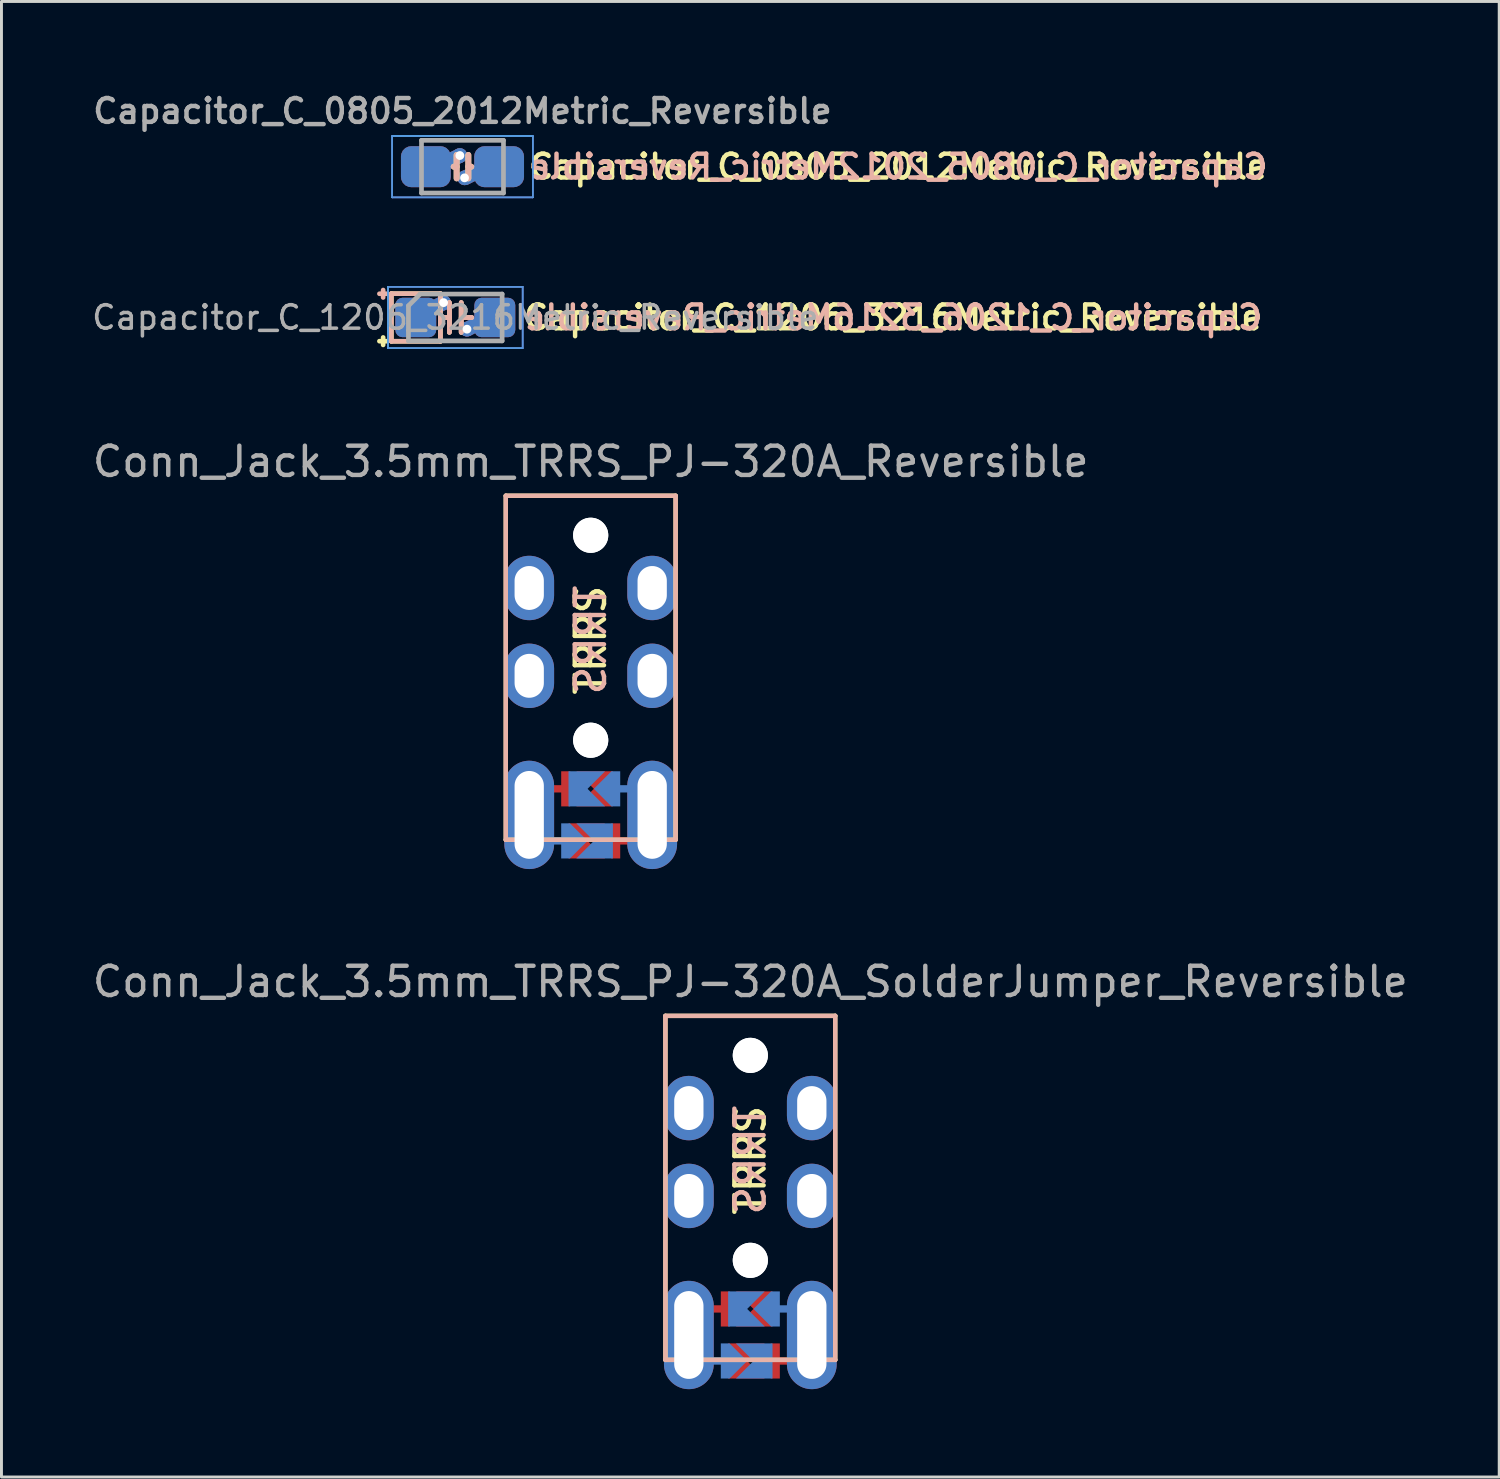
<source format=kicad_pcb>
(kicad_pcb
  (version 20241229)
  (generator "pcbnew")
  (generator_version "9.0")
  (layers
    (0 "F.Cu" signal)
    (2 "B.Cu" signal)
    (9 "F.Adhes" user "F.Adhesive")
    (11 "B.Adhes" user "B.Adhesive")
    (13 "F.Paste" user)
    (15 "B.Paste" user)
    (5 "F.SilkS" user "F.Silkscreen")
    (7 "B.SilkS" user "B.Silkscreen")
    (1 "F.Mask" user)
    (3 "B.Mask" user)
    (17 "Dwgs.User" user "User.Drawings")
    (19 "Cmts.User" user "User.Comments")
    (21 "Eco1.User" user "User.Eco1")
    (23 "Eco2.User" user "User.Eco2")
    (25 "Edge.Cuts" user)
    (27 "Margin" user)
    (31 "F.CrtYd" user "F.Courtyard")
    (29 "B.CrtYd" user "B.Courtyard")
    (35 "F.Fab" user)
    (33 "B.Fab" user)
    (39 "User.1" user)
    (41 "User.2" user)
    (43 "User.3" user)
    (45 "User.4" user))
  (footprint "Capacitor_C_0805_2012Metric_Reversible"
    (layer "F.Cu")
    (at 12.746 2.643)
    (property "Reference" "Capacitor_C_0805_2012Metric_Reversible" (at 2.182 0 0) (layer "F.SilkS") (effects (font (size 0.813 0.813) (thickness 0.152)) (justify left)))
    (attr smd)
    (fp_line (start -0.3 0) (end -0.2 0) (stroke (width 0.2) (type solid)) (layer "F.SilkS"))
    (fp_line (start -0.2 -0.4) (end -0.2 0.4) (stroke (width 0.2) (type solid)) (layer "F.SilkS"))
    (fp_line (start 0.2 -0.4) (end 0.2 0.4) (stroke (width 0.2) (type solid)) (layer "F.SilkS"))
    (fp_line (start 0.2 0) (end 0.3 0) (stroke (width 0.2) (type solid)) (layer "F.SilkS"))
    (fp_line (start -0.3 0) (end -0.2 0) (stroke (width 0.2) (type solid)) (layer "B.SilkS"))
    (fp_line (start -0.2 0.4) (end -0.2 -0.4) (stroke (width 0.2) (type solid)) (layer "B.SilkS"))
    (fp_line (start 0.2 0) (end 0.3 0) (stroke (width 0.2) (type solid)) (layer "B.SilkS"))
    (fp_line (start 0.2 0.4) (end 0.2 -0.4) (stroke (width 0.2) (type solid)) (layer "B.SilkS"))
    (fp_line (start -2.4 -1.05) (end -2.4 1.05) (stroke (width 0.05) (type solid)) (layer "Cmts.User"))
    (fp_line (start -2.4 -1.05) (end 2.4 -1.05) (stroke (width 0.05) (type solid)) (layer "Cmts.User"))
    (fp_line (start 2.4 -1.05) (end 2.4 1.05) (stroke (width 0.05) (type solid)) (layer "Cmts.User"))
    (fp_line (start 2.4 1.05) (end -2.4 1.05) (stroke (width 0.05) (type solid)) (layer "Cmts.User"))
    (fp_line (start -2.4 -1.05) (end -2.4 1.05) (stroke (width 0.05) (type solid)) (layer "B.CrtYd"))
    (fp_line (start -2.4 -1.05) (end 2.4 -1.05) (stroke (width 0.05) (type solid)) (layer "B.CrtYd"))
    (fp_line (start 2.4 -1.05) (end 2.4 1.05) (stroke (width 0.05) (type solid)) (layer "B.CrtYd"))
    (fp_line (start 2.4 1.05) (end -2.4 1.05) (stroke (width 0.05) (type solid)) (layer "B.CrtYd"))
    (fp_line (start -2.4 -1.05) (end -2.4 1.05) (stroke (width 0.05) (type solid)) (layer "F.CrtYd"))
    (fp_line (start -2.4 -1.05) (end 2.4 -1.05) (stroke (width 0.05) (type solid)) (layer "F.CrtYd"))
    (fp_line (start 2.4 -1.05) (end 2.4 1.05) (stroke (width 0.05) (type solid)) (layer "F.CrtYd"))
    (fp_line (start 2.4 1.05) (end -2.4 1.05) (stroke (width 0.05) (type solid)) (layer "F.CrtYd"))
    (fp_line (start -1.4 -0.9) (end 1.4 -0.9) (stroke (width 0.16) (type solid)) (layer "F.Fab"))
    (fp_line (start -1.4 0.9) (end -1.4 -0.9) (stroke (width 0.16) (type solid)) (layer "F.Fab"))
    (fp_line (start 1.4 -0.9) (end 1.4 0.9) (stroke (width 0.16) (type solid)) (layer "F.Fab"))
    (fp_line (start 1.4 0.9) (end -1.4 0.9) (stroke (width 0.16) (type solid)) (layer "F.Fab"))
    (fp_text user "${REFERENCE}" (at 2.182 0 0) (layer "B.SilkS") (effects (font (size 0.813 0.813) (thickness 0.152)) (justify right mirror)))
    (fp_text user "${REFERENCE}" (at 0 -1.9 0) (layer "F.Fab") (effects (font (size 0.813 0.813) (thickness 0.152))))
    (pad "1" smd roundrect (at -1.251 0) (size 1.701 1.4) (layers "F.Cu" "F.Mask" "F.Paste") (roundrect_rratio 0.25))
    (pad "1" smd roundrect (at -1.251 0) (size 1.701 1.4) (layers "B.Cu" "B.Mask" "B.Paste") (roundrect_rratio 0.25))
    (pad "1" smd custom (at -0.851 0) (size 0.01 0.01) (layers "F.Cu") (options (anchor circle)) (primitives (gr_line (start 0.762 -0.381) (end 0 0) (width 0.5))))
    (pad "1" smd custom (at -0.851 0) (size 0.01 0.01) (layers "B.Cu") (options (anchor circle)) (primitives (gr_line (start 0.762 -0.381) (end 0 0) (width 0.5))))
    (pad "1" thru_hole circle (at -0.089 -0.381) (size 0.5 0.5) (drill 0.3) (layers "*.Cu"))
    (pad "2" thru_hole circle (at 0.07 0.381) (size 0.5 0.5) (drill 0.3) (layers "*.Cu"))
    (pad "2" smd custom (at 0.851 0) (size 0.01 0.01) (layers "F.Cu") (options (anchor circle)) (primitives (gr_line (start -0.761 0.381) (end 0.001 0) (width 0.5))))
    (pad "2" smd custom (at 0.851 0) (size 0.01 0.01) (layers "B.Cu") (options (anchor circle)) (primitives (gr_line (start -0.761 0.381) (end 0.001 0) (width 0.5))))
    (pad "2" smd roundrect (at 1.251 0) (size 1.701 1.4) (layers "F.Cu" "F.Mask" "F.Paste") (roundrect_rratio 0.25))
    (pad "2" smd roundrect (at 1.251 0) (size 1.701 1.4) (layers "B.Cu" "B.Mask" "B.Paste") (roundrect_rratio 0.25)))
  (footprint "Conn_Jack_3.5mm_TRRS_PJ-320A_SolderJumper_Reversible"
    (layer "F.Cu")
    (at 22.577 31.496)
    (property "Reference" "Conn_Jack_3.5mm_TRRS_PJ-320A_SolderJumper_Reversible" (at 0 -1.016 0) (layer "F.Fab") (effects (font (size 1 1) (thickness 0.15))))
    (attr through_hole)
    (fp_line (start -2.9 0.15) (end 2.9 0.15) (stroke (width 0.15) (type solid)) (layer "F.SilkS"))
    (fp_line (start -2.9 11.9) (end -2.9 0.15) (stroke (width 0.15) (type solid)) (layer "F.SilkS"))
    (fp_line (start 2.9 0.15) (end 2.9 11.9) (stroke (width 0.15) (type solid)) (layer "F.SilkS"))
    (fp_line (start 2.9 11.9) (end -2.9 11.9) (stroke (width 0.15) (type solid)) (layer "F.SilkS"))
    (fp_line (start -2.9 0.15) (end -2.9 11.9) (stroke (width 0.15) (type solid)) (layer "B.SilkS"))
    (fp_line (start -2.9 11.9) (end 2.9 11.9) (stroke (width 0.15) (type solid)) (layer "B.SilkS"))
    (fp_line (start 2.9 0.15) (end -2.9 0.15) (stroke (width 0.15) (type solid)) (layer "B.SilkS"))
    (fp_line (start 2.9 11.9) (end 2.9 0.15) (stroke (width 0.15) (type solid)) (layer "B.SilkS"))
    (fp_text user "TRRS" (at 0 5.08 90) (layer "F.SilkS") (effects (font (size 1 1) (thickness 0.15))))
    (fp_text user "TRRS" (at 0 5.08 90) (layer "B.SilkS") (effects (font (size 1 1) (thickness 0.15)) (justify mirror)))
    (pad "" thru_hole oval (at -2.1 11.05 180) (size 1.7 3.7) (drill oval 1 3) (layers "*.Cu" "*.Mask"))
    (pad "" smd custom (at -1.016 10.16 90) (size 0.25 1) (layers "F.Cu") (options (anchor rect)) (primitives))
    (pad "" smd custom (at -1.016 11.938 90) (size 0.25 1) (layers "B.Cu") (options (anchor rect)) (primitives))
    (pad "" smd custom (at -0.508 10.16 90) (size 0.1 0.1) (layers "F.Cu" "F.Mask") (options (anchor rect)) (primitives (gr_poly (pts (xy 0.6 -0.2) (xy 0 0.4) (xy -0.6 -0.2) (xy -0.6 -0.5) (xy 0.6 -0.5)) (width 0) (fill yes))))
    (pad "" smd custom (at -0.508 11.938 90) (size 0.1 0.1) (layers "B.Cu" "B.Mask") (options (anchor rect)) (primitives (gr_poly (pts (xy 0.6 -0.2) (xy 0 0.4) (xy -0.6 -0.2) (xy -0.6 -0.5) (xy 0.6 -0.5)) (width 0) (fill yes))))
    (pad "" np_thru_hole circle (at 0 1.5) (size 1.2 1.2) (drill 1.2) (layers "*.Cu" "*.Mask"))
    (pad "" np_thru_hole circle (at 0 1.5 180) (size 1.2 1.2) (drill 1.2) (layers "*.Cu" "*.Mask"))
    (pad "" np_thru_hole circle (at 0 8.5) (size 1.2 1.2) (drill 1.2) (layers "*.Cu" "*.Mask"))
    (pad "" np_thru_hole circle (at 0 8.5 180) (size 1.2 1.2) (drill 1.2) (layers "*.Cu" "*.Mask"))
    (pad "" smd custom (at 0.508 10.16 270) (size 0.1 0.1) (layers "B.Cu" "B.Mask") (options (anchor rect)) (primitives (gr_poly (pts (xy 0.6 -0.2) (xy 0 0.4) (xy -0.6 -0.2) (xy -0.6 -0.5) (xy 0.6 -0.5)) (width 0) (fill yes))))
    (pad "" smd custom (at 0.508 11.938 270) (size 0.1 0.1) (layers "F.Cu" "F.Mask") (options (anchor rect)) (primitives (gr_poly (pts (xy 0.6 -0.2) (xy 0 0.4) (xy -0.6 -0.2) (xy -0.6 -0.5) (xy 0.6 -0.5)) (width 0) (fill yes))))
    (pad "" smd custom (at 1.016 10.16 90) (size 0.25 1) (layers "B.Cu") (options (anchor rect)) (primitives))
    (pad "" smd custom (at 1.016 11.938 90) (size 0.25 1) (layers "F.Cu") (options (anchor rect)) (primitives))
    (pad "" thru_hole oval (at 2.1 11.05 180) (size 1.7 3.7) (drill oval 1 3) (layers "*.Cu" "*.Mask"))
    (pad "R1" thru_hole oval (at -2.1 6.3 180) (size 1.7 2.2) (drill oval 1 1.5) (layers "*.Cu" "F.Mask"))
    (pad "R1" thru_hole oval (at 2.1 6.3) (size 1.7 2.2) (drill oval 1 1.5) (layers "*.Cu" "B.Mask"))
    (pad "R2" thru_hole oval (at -2.1 3.3 180) (size 1.7 2.2) (drill oval 1 1.5) (layers "*.Cu" "F.Mask"))
    (pad "R2" thru_hole oval (at 2.1 3.3) (size 1.7 2.2) (drill oval 1 1.5) (layers "*.Cu" "B.Mask"))
    (pad "S" smd custom (at -0.508 11.938 270) (size 1.2 0.5) (layers "F.Cu" "F.Mask") (options (anchor rect)) (primitives (gr_poly (pts (xy 0.6 0) (xy -0.6 0) (xy -0.6 -1) (xy 0 -0.4) (xy 0.6 -1)) (width 0) (fill yes))))
    (pad "S" smd custom (at 0.508 11.938 90) (size 1.2 0.5) (layers "B.Cu" "B.Mask") (options (anchor rect)) (primitives (gr_poly (pts (xy 0.6 0) (xy -0.6 0) (xy -0.6 -1) (xy 0 -0.4) (xy 0.6 -1)) (width 0) (fill yes))))
    (pad "T" smd custom (at -0.508 10.16 270) (size 1.2 0.5) (layers "B.Cu" "B.Mask") (options (anchor rect)) (primitives (gr_poly (pts (xy 0.6 0) (xy -0.6 0) (xy -0.6 -1) (xy 0 -0.4) (xy 0.6 -1)) (width 0) (fill yes))))
    (pad "T" smd custom (at 0.508 10.16 90) (size 1.2 0.5) (layers "F.Cu" "F.Mask") (options (anchor rect)) (primitives (gr_poly (pts (xy 0.6 0) (xy -0.6 0) (xy -0.6 -1) (xy 0 -0.4) (xy 0.6 -1)) (width 0) (fill yes)))))
  (footprint "Conn_Jack_3.5mm_TRRS_PJ-320A_Reversible"
    (layer "F.Cu")
    (at 17.125 13.732)
    (property "Reference" "Conn_Jack_3.5mm_TRRS_PJ-320A_Reversible" (at 0 -1.016 0) (layer "F.Fab") (effects (font (size 1 1) (thickness 0.15))))
    (attr through_hole)
    (fp_line (start -2.9 0.15) (end 2.9 0.15) (stroke (width 0.15) (type solid)) (layer "F.SilkS"))
    (fp_line (start -2.9 11.9) (end -2.9 0.15) (stroke (width 0.15) (type solid)) (layer "F.SilkS"))
    (fp_line (start 2.9 0.15) (end 2.9 11.9) (stroke (width 0.15) (type solid)) (layer "F.SilkS"))
    (fp_line (start 2.9 11.9) (end -2.9 11.9) (stroke (width 0.15) (type solid)) (layer "F.SilkS"))
    (fp_line (start -2.9 0.15) (end -2.9 11.9) (stroke (width 0.15) (type solid)) (layer "B.SilkS"))
    (fp_line (start -2.9 11.9) (end 2.9 11.9) (stroke (width 0.15) (type solid)) (layer "B.SilkS"))
    (fp_line (start 2.9 0.15) (end -2.9 0.15) (stroke (width 0.15) (type solid)) (layer "B.SilkS"))
    (fp_line (start 2.9 11.9) (end 2.9 0.15) (stroke (width 0.15) (type solid)) (layer "B.SilkS"))
    (fp_text user "TRRS" (at 0 5.08 90) (layer "F.SilkS") (effects (font (size 1 1) (thickness 0.15))))
    (fp_text user "TRRS" (at 0 5.08 90) (layer "B.SilkS") (effects (font (size 1 1) (thickness 0.15)) (justify mirror)))
    (pad "" thru_hole oval (at -2.1 11.05 180) (size 1.7 3.7) (drill oval 1 3) (layers "*.Cu" "*.Mask"))
    (pad "" smd custom (at -1.016 10.16 90) (size 0.25 1) (layers "F.Cu") (options (anchor rect)) (primitives))
    (pad "" smd custom (at -1.016 11.938 90) (size 0.25 1) (layers "B.Cu") (options (anchor rect)) (primitives))
    (pad "" smd custom (at -0.508 10.16 90) (size 0.1 0.1) (layers "F.Cu" "F.Mask") (options (anchor rect)) (primitives (gr_poly (pts (xy 0.6 -0.2) (xy 0 0.4) (xy -0.6 -0.2) (xy -0.6 -0.5) (xy 0.6 -0.5)) (width 0) (fill yes))))
    (pad "" smd custom (at -0.508 11.938 90) (size 0.1 0.1) (layers "B.Cu" "B.Mask") (options (anchor rect)) (primitives (gr_poly (pts (xy 0.6 -0.2) (xy 0 0.4) (xy -0.6 -0.2) (xy -0.6 -0.5) (xy 0.6 -0.5)) (width 0) (fill yes))))
    (pad "" np_thru_hole circle (at 0 1.5) (size 1.2 1.2) (drill 1.2) (layers "*.Cu" "*.Mask"))
    (pad "" np_thru_hole circle (at 0 1.5 180) (size 1.2 1.2) (drill 1.2) (layers "*.Cu" "*.Mask"))
    (pad "" np_thru_hole circle (at 0 8.5 180) (size 1.2 1.2) (drill 1.2) (layers "*.Cu" "*.Mask"))
    (pad "" np_thru_hole circle (at 0 8.5) (size 1.2 1.2) (drill 1.2) (layers "*.Cu" "*.Mask"))
    (pad "" smd custom (at 0.508 10.16 270) (size 0.1 0.1) (layers "B.Cu" "B.Mask") (options (anchor rect)) (primitives (gr_poly (pts (xy 0.6 -0.2) (xy 0 0.4) (xy -0.6 -0.2) (xy -0.6 -0.5) (xy 0.6 -0.5)) (width 0) (fill yes))))
    (pad "" smd custom (at 0.508 11.938 270) (size 0.1 0.1) (layers "F.Cu" "F.Mask") (options (anchor rect)) (primitives (gr_poly (pts (xy 0.6 -0.2) (xy 0 0.4) (xy -0.6 -0.2) (xy -0.6 -0.5) (xy 0.6 -0.5)) (width 0) (fill yes))))
    (pad "" smd custom (at 1.016 10.16 90) (size 0.25 1) (layers "B.Cu") (options (anchor rect)) (primitives))
    (pad "" smd custom (at 1.016 11.938 90) (size 0.25 1) (layers "F.Cu") (options (anchor rect)) (primitives))
    (pad "" thru_hole oval (at 2.1 11.05 180) (size 1.7 3.7) (drill oval 1 3) (layers "*.Cu" "*.Mask"))
    (pad "A" smd custom (at -0.508 11.938 270) (size 1.2 0.5) (layers "F.Cu" "F.Mask") (options (anchor rect)) (primitives (gr_poly (pts (xy 0.6 0) (xy -0.6 0) (xy -0.6 -1) (xy 0 -0.4) (xy 0.6 -1)) (width 0) (fill yes))))
    (pad "A" smd custom (at 0.508 11.938 90) (size 1.2 0.5) (layers "B.Cu" "B.Mask") (options (anchor rect)) (primitives (gr_poly (pts (xy 0.6 0) (xy -0.6 0) (xy -0.6 -1) (xy 0 -0.4) (xy 0.6 -1)) (width 0) (fill yes))))
    (pad "B" thru_hole oval (at -2.1 3.3 180) (size 1.7 2.2) (drill oval 1 1.5) (layers "*.Cu" "F.Mask"))
    (pad "B" thru_hole oval (at 2.1 3.3) (size 1.7 2.2) (drill oval 1 1.5) (layers "*.Cu" "B.Mask"))
    (pad "C" thru_hole oval (at -2.1 6.3 180) (size 1.7 2.2) (drill oval 1 1.5) (layers "*.Cu" "F.Mask"))
    (pad "C" thru_hole oval (at 2.1 6.3) (size 1.7 2.2) (drill oval 1 1.5) (layers "*.Cu" "B.Mask"))
    (pad "D" smd custom (at -0.508 10.16 270) (size 1.2 0.5) (layers "B.Cu" "B.Mask") (options (anchor rect)) (primitives (gr_poly (pts (xy 0.6 0) (xy -0.6 0) (xy -0.6 -1) (xy 0 -0.4) (xy 0.6 -1)) (width 0) (fill yes))))
    (pad "D" smd custom (at 0.508 10.16 90) (size 1.2 0.5) (layers "F.Cu" "F.Mask") (options (anchor rect)) (primitives (gr_poly (pts (xy 0.6 0) (xy -0.6 0) (xy -0.6 -1) (xy 0 -0.4) (xy 0.6 -1)) (width 0) (fill yes)))))
  (footprint "Capacitor_C_1206_3216Metric_Reversible"
    (layer "F.Cu")
    (at 12.5 7.793)
    (property "Reference" "Capacitor_C_1206_3216Metric_Reversible" (at 2.25 0 0) (layer "F.SilkS") (effects (font (size 0.813 0.813) (thickness 0.152)) (justify left)))
    (attr smd)
    (fp_line (start -2.464 0.683) (end -2.464 0.937) (stroke (width 0.16) (type solid)) (layer "F.SilkS"))
    (fp_line (start -2.337 0.81) (end -2.591 0.81) (stroke (width 0.16) (type solid)) (layer "F.SilkS"))
    (fp_line (start -2.184 -0.813) (end -2.184 0.813) (stroke (width 0.16) (type solid)) (layer "F.SilkS"))
    (fp_line (start -2.184 0.813) (end -0.508 0.813) (stroke (width 0.16) (type solid)) (layer "F.SilkS"))
    (fp_line (start -0.508 -0.813) (end -2.184 -0.813) (stroke (width 0.16) (type solid)) (layer "F.SilkS"))
    (fp_line (start -0.508 0.813) (end -0.508 -0.813) (stroke (width 0.16) (type solid)) (layer "F.SilkS"))
    (fp_line (start -0.203 0) (end -0.508 0) (stroke (width 0.16) (type solid)) (layer "F.SilkS"))
    (fp_line (start -0.202 -0.508) (end -0.202 0.508) (stroke (width 0.16) (type solid)) (layer "F.SilkS"))
    (fp_line (start 0.202 -0.508) (end 0.202 0.508) (stroke (width 0.16) (type solid)) (layer "F.SilkS"))
    (fp_line (start 0.56 0) (end 0.203 0) (stroke (width 0.16) (type solid)) (layer "F.SilkS"))
    (fp_line (start -2.464 -0.683) (end -2.464 -0.937) (stroke (width 0.16) (type solid)) (layer "B.SilkS"))
    (fp_line (start -2.337 -0.81) (end -2.591 -0.81) (stroke (width 0.16) (type solid)) (layer "B.SilkS"))
    (fp_line (start -2.184 -0.813) (end -0.508 -0.813) (stroke (width 0.16) (type solid)) (layer "B.SilkS"))
    (fp_line (start -2.184 0.813) (end -2.184 -0.813) (stroke (width 0.16) (type solid)) (layer "B.SilkS"))
    (fp_line (start -0.508 -0.813) (end -0.508 0.813) (stroke (width 0.16) (type solid)) (layer "B.SilkS"))
    (fp_line (start -0.508 0.813) (end -2.184 0.813) (stroke (width 0.16) (type solid)) (layer "B.SilkS"))
    (fp_line (start -0.203 0) (end -0.508 0) (stroke (width 0.16) (type solid)) (layer "B.SilkS"))
    (fp_line (start -0.203 0) (end -0.508 0) (stroke (width 0.16) (type solid)) (layer "B.SilkS"))
    (fp_line (start -0.202 -0.508) (end -0.202 0.508) (stroke (width 0.16) (type solid)) (layer "B.SilkS"))
    (fp_line (start -0.202 0.508) (end -0.202 -0.508) (stroke (width 0.16) (type solid)) (layer "B.SilkS"))
    (fp_line (start 0.202 -0.508) (end 0.202 0.508) (stroke (width 0.16) (type solid)) (layer "B.SilkS"))
    (fp_line (start 0.202 0.508) (end 0.202 -0.508) (stroke (width 0.16) (type solid)) (layer "B.SilkS"))
    (fp_line (start 0.56 0) (end 0.203 0) (stroke (width 0.16) (type solid)) (layer "B.SilkS"))
    (fp_line (start 0.56 0) (end 0.203 0) (stroke (width 0.16) (type solid)) (layer "B.SilkS"))
    (fp_line (start -2.3 -1.05) (end 2.3 -1.05) (stroke (width 0.05) (type solid)) (layer "Cmts.User"))
    (fp_line (start -2.3 1.05) (end -2.3 -1.05) (stroke (width 0.05) (type solid)) (layer "Cmts.User"))
    (fp_line (start 2.3 -1.05) (end 2.3 1.05) (stroke (width 0.05) (type solid)) (layer "Cmts.User"))
    (fp_line (start 2.3 1.05) (end -2.3 1.05) (stroke (width 0.05) (type solid)) (layer "Cmts.User"))
    (fp_line (start -2.3 -1.05) (end 2.3 -1.05) (stroke (width 0.05) (type solid)) (layer "B.CrtYd"))
    (fp_line (start -2.3 1.05) (end -2.3 -1.05) (stroke (width 0.05) (type solid)) (layer "B.CrtYd"))
    (fp_line (start 2.3 -1.05) (end 2.3 1.05) (stroke (width 0.05) (type solid)) (layer "B.CrtYd"))
    (fp_line (start 2.3 1.05) (end -2.3 1.05) (stroke (width 0.05) (type solid)) (layer "B.CrtYd"))
    (fp_line (start -2.3 -1.05) (end 2.3 -1.05) (stroke (width 0.05) (type solid)) (layer "F.CrtYd"))
    (fp_line (start -2.3 1.05) (end -2.3 -1.05) (stroke (width 0.05) (type solid)) (layer "F.CrtYd"))
    (fp_line (start 2.3 -1.05) (end 2.3 1.05) (stroke (width 0.05) (type solid)) (layer "F.CrtYd"))
    (fp_line (start 2.3 1.05) (end -2.3 1.05) (stroke (width 0.05) (type solid)) (layer "F.CrtYd"))
    (fp_line (start -1.6 -0.4) (end -1.6 0.8) (stroke (width 0.16) (type solid)) (layer "F.Fab"))
    (fp_line (start -1.6 0.8) (end 1.6 0.8) (stroke (width 0.16) (type solid)) (layer "F.Fab"))
    (fp_line (start -1.2 -0.8) (end -1.6 -0.4) (stroke (width 0.16) (type solid)) (layer "F.Fab"))
    (fp_line (start 1.6 -0.8) (end -1.2 -0.8) (stroke (width 0.16) (type solid)) (layer "F.Fab"))
    (fp_line (start 1.6 0.8) (end 1.6 -0.8) (stroke (width 0.16) (type solid)) (layer "F.Fab"))
    (fp_text user "${REFERENCE}" (at 2.25 0 0) (layer "B.SilkS") (effects (font (size 0.813 0.813) (thickness 0.152)) (justify right mirror)))
    (fp_text user "${REFERENCE}" (at 0 0 0) (layer "F.Fab") (effects (font (size 0.8 0.8) (thickness 0.12))))
    (pad "1" smd custom (at -1.35 0) (size 0.01 0.01) (layers "F.Cu") (options (anchor circle)) (primitives (gr_line (start -0.05 0) (end 0.95 -0.5) (width 0.5))))
    (pad "1" smd custom (at -1.35 0) (size 0.01 0.01) (layers "B.Cu") (options (anchor circle)) (primitives (gr_line (start -0.05 0) (end 0.95 -0.5) (width 0.5))))
    (pad "1" smd roundrect (at -1.35 0) (size 1.4 1.35) (layers "F.Cu" "F.Mask" "F.Paste") (roundrect_rratio 0.185))
    (pad "1" smd roundrect (at -1.35 0) (size 1.4 1.35) (layers "B.Cu" "B.Mask" "B.Paste") (roundrect_rratio 0.185))
    (pad "1" thru_hole circle (at -0.4 -0.508) (size 0.5 0.5) (drill 0.3) (layers "*.Cu"))
    (pad "2" thru_hole circle (at 0.4 0.4) (size 0.5 0.5) (drill 0.3) (layers "*.Cu"))
    (pad "2" smd custom (at 1.35 0) (size 0.01 0.01) (layers "F.Cu") (options (anchor circle)) (primitives (gr_line (start -0.95 0.4) (end 0.05 -0.1) (width 0.5))))
    (pad "2" smd custom (at 1.35 0) (size 0.01 0.01) (layers "B.Cu") (options (anchor circle)) (primitives (gr_line (start -0.95 0.4) (end 0.05 -0.1) (width 0.5))))
    (pad "2" smd roundrect (at 1.35 0) (size 1.4 1.35) (layers "F.Cu" "F.Mask" "F.Paste") (roundrect_rratio 0.185))
    (pad "2" smd roundrect (at 1.35 0) (size 1.4 1.35) (layers "B.Cu" "B.Mask" "B.Paste") (roundrect_rratio 0.185)))
  (gr_rect
    (start -3 -3)
    (end 48.155 47.396)
    (stroke (width 0.1) (type default))
    (fill no)
    (layer "Edge.Cuts")))
</source>
